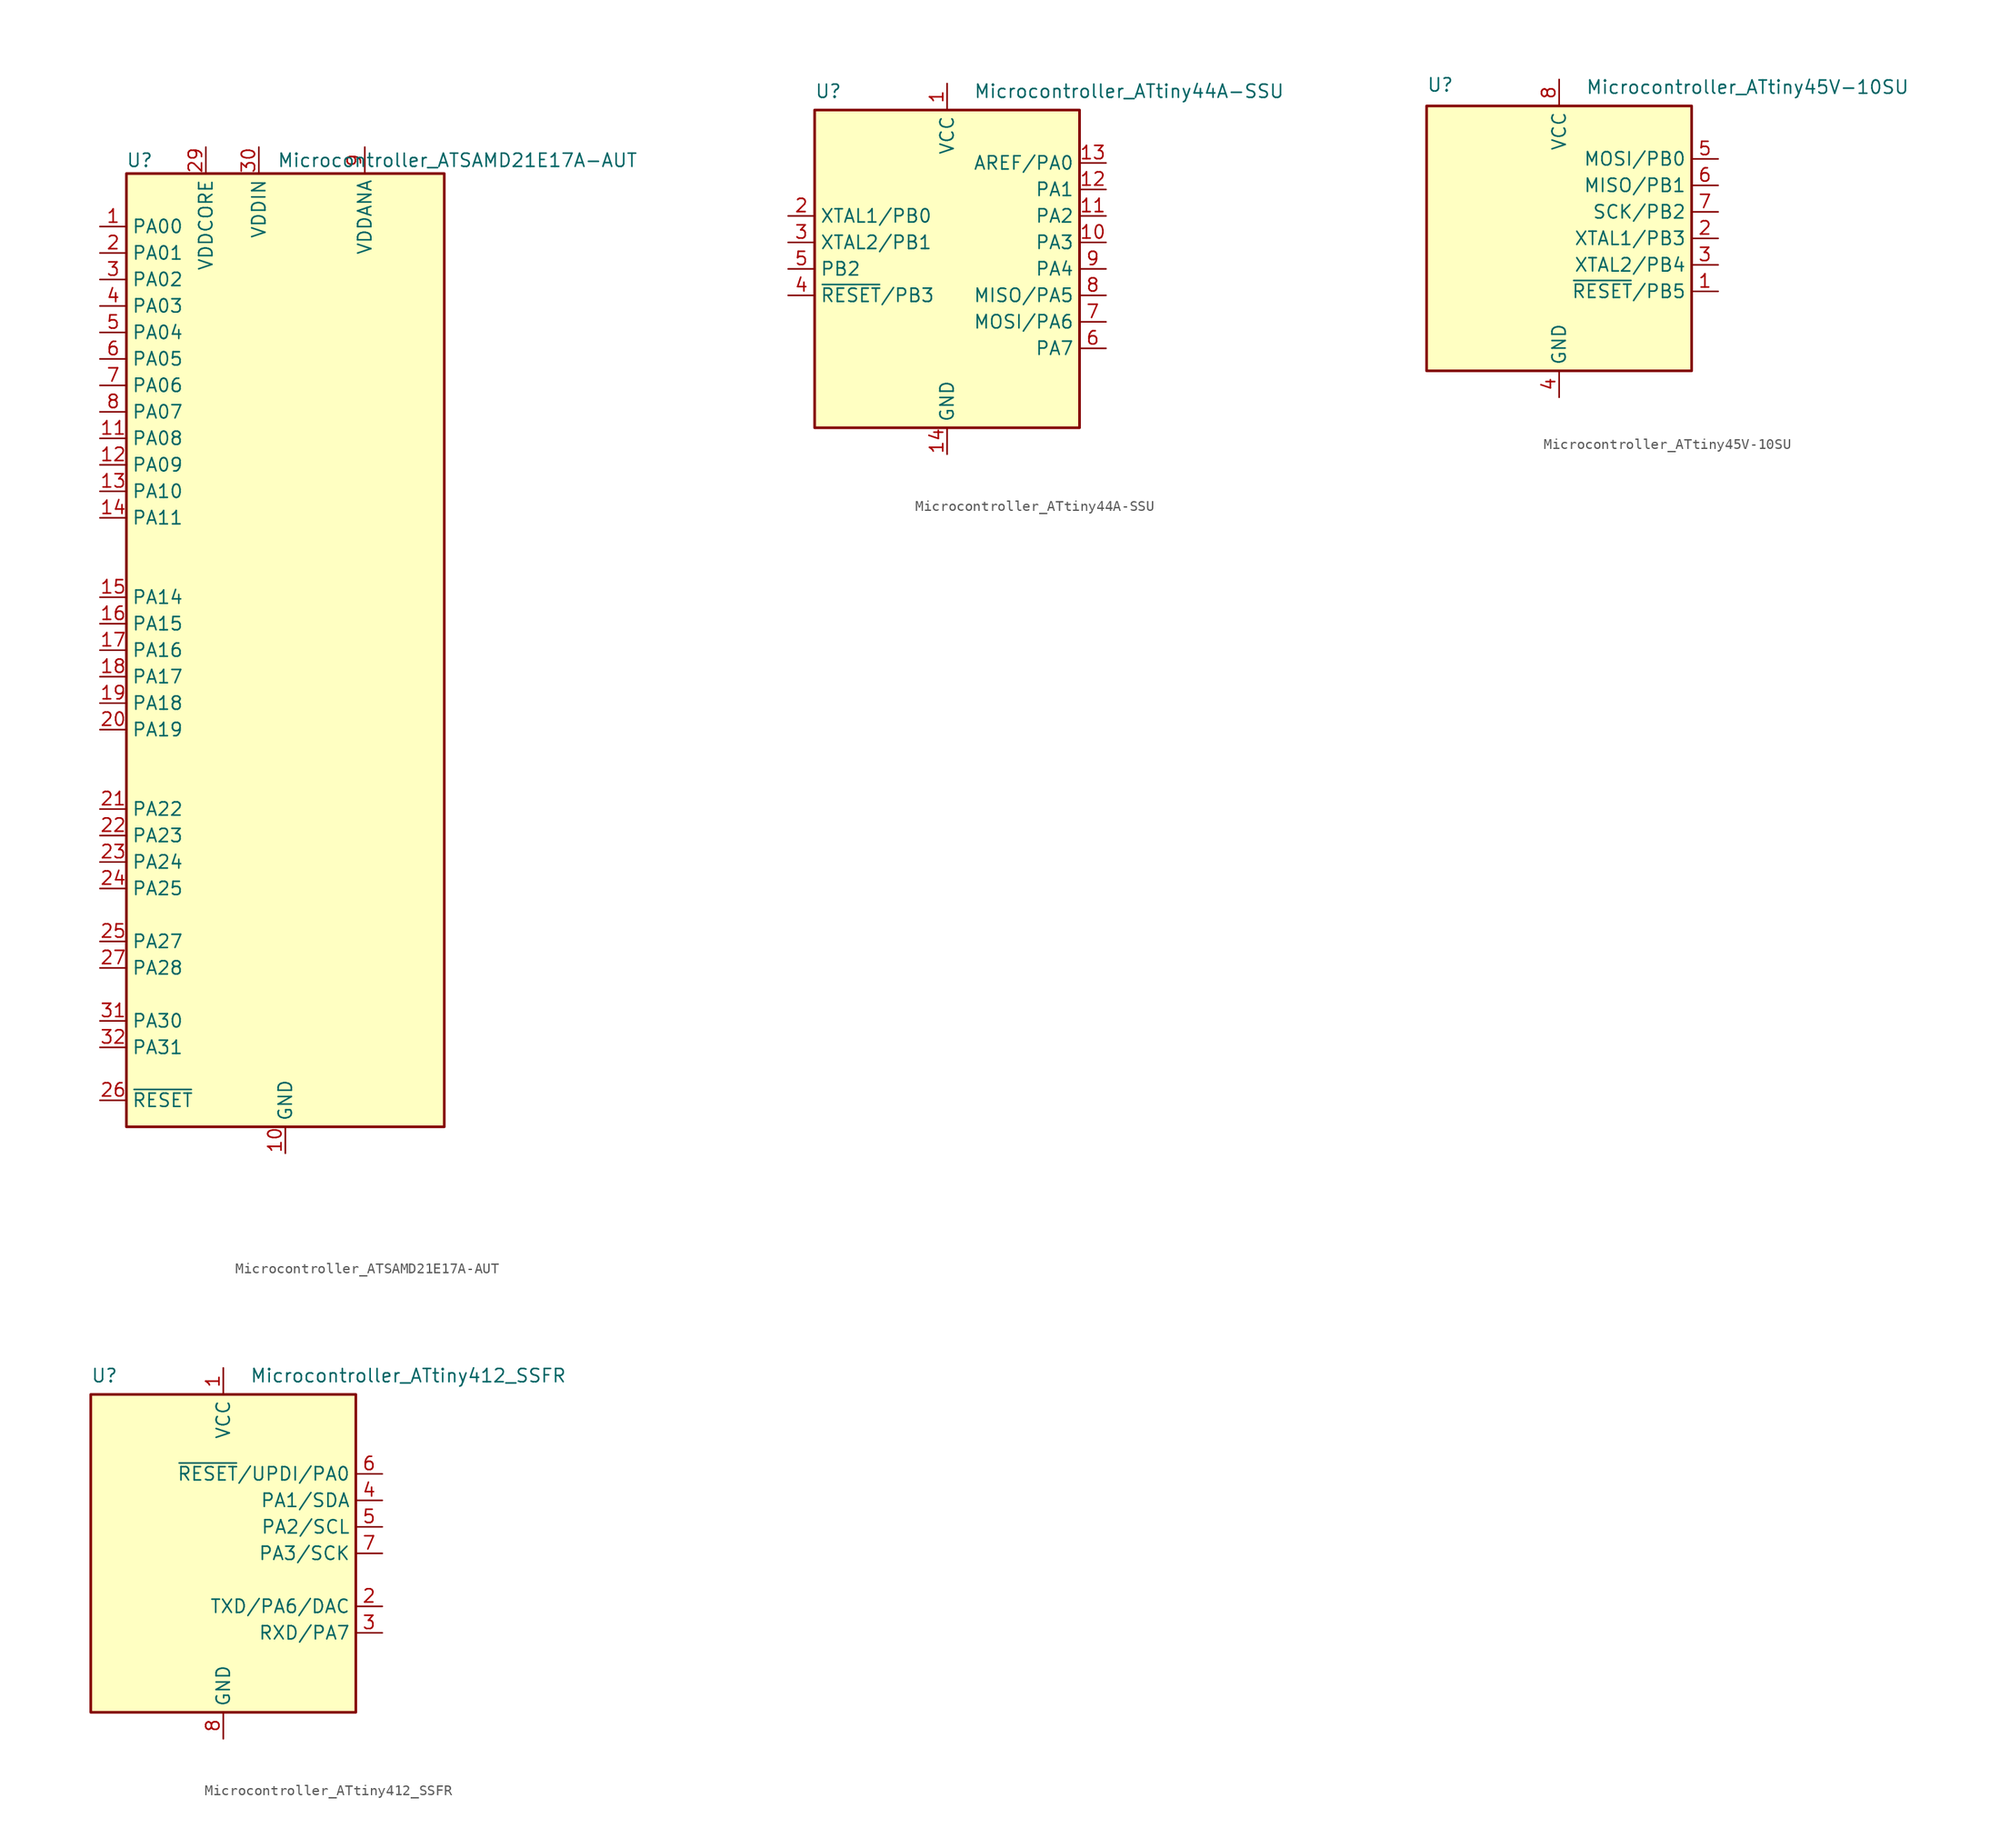
<source format=kicad_sym>
(kicad_symbol_lib
  (version 20231120)
  (generator "kicad_symbol_editor")
  (generator_version "8.0")
  (symbol "Microcontroller_ATSAMD21E17A-AUT"
    (property "Reference" "U"
      (at -13.97 46.99 0)
      (effects (font (size 1.27 1.27))))
    (property "Value" "Microcontroller_ATSAMD21E17A-AUT"
      (at 16.51 46.99 0)
      (effects (font (size 1.27 1.27))))
    (symbol "Microcontroller_ATSAMD21E17A-AUT_1_1"
      (rectangle (start -15.24 45.72) (end 15.24 -45.72) (stroke (width 0.254) (type default)) (fill (type background)))
      (pin bidirectional line (at -17.78 40.64 0) (length 2.54) (name "PA00" (effects (font (size 1.27 1.27)))) (number "1" (effects (font (size 1.27 1.27)))))
      (pin power_in line (at 0 -48.26 90) (length 2.54) (name "GND" (effects (font (size 1.27 1.27)))) (number "10" (effects (font (size 1.27 1.27)))))
      (pin bidirectional line (at -17.78 20.32 0) (length 2.54) (name "PA08" (effects (font (size 1.27 1.27)))) (number "11" (effects (font (size 1.27 1.27)))))
      (pin bidirectional line (at -17.78 17.78 0) (length 2.54) (name "PA09" (effects (font (size 1.27 1.27)))) (number "12" (effects (font (size 1.27 1.27)))))
      (pin bidirectional line (at -17.78 15.24 0) (length 2.54) (name "PA10" (effects (font (size 1.27 1.27)))) (number "13" (effects (font (size 1.27 1.27)))))
      (pin bidirectional line (at -17.78 12.7 0) (length 2.54) (name "PA11" (effects (font (size 1.27 1.27)))) (number "14" (effects (font (size 1.27 1.27)))))
      (pin bidirectional line (at -17.78 5.08 0) (length 2.54) (name "PA14" (effects (font (size 1.27 1.27)))) (number "15" (effects (font (size 1.27 1.27)))))
      (pin bidirectional line (at -17.78 2.54 0) (length 2.54) (name "PA15" (effects (font (size 1.27 1.27)))) (number "16" (effects (font (size 1.27 1.27)))))
      (pin bidirectional line (at -17.78 0 0) (length 2.54) (name "PA16" (effects (font (size 1.27 1.27)))) (number "17" (effects (font (size 1.27 1.27)))))
      (pin bidirectional line (at -17.78 -2.54 0) (length 2.54) (name "PA17" (effects (font (size 1.27 1.27)))) (number "18" (effects (font (size 1.27 1.27)))))
      (pin bidirectional line (at -17.78 -5.08 0) (length 2.54) (name "PA18" (effects (font (size 1.27 1.27)))) (number "19" (effects (font (size 1.27 1.27)))))
      (pin bidirectional line (at -17.78 38.1 0) (length 2.54) (name "PA01" (effects (font (size 1.27 1.27)))) (number "2" (effects (font (size 1.27 1.27)))))
      (pin bidirectional line (at -17.78 -7.62 0) (length 2.54) (name "PA19" (effects (font (size 1.27 1.27)))) (number "20" (effects (font (size 1.27 1.27)))))
      (pin bidirectional line (at -17.78 -15.24 0) (length 2.54) (name "PA22" (effects (font (size 1.27 1.27)))) (number "21" (effects (font (size 1.27 1.27)))))
      (pin bidirectional line (at -17.78 -17.78 0) (length 2.54) (name "PA23" (effects (font (size 1.27 1.27)))) (number "22" (effects (font (size 1.27 1.27)))))
      (pin bidirectional line (at -17.78 -20.32 0) (length 2.54) (name "PA24" (effects (font (size 1.27 1.27)))) (number "23" (effects (font (size 1.27 1.27)))))
      (pin bidirectional line (at -17.78 -22.86 0) (length 2.54) (name "PA25" (effects (font (size 1.27 1.27)))) (number "24" (effects (font (size 1.27 1.27)))))
      (pin bidirectional line (at -17.78 -27.94 0) (length 2.54) (name "PA27" (effects (font (size 1.27 1.27)))) (number "25" (effects (font (size 1.27 1.27)))))
      (pin input line (at -17.78 -43.18 0) (length 2.54) (name "~{RESET}" (effects (font (size 1.27 1.27)))) (number "26" (effects (font (size 1.27 1.27)))))
      (pin bidirectional line (at -17.78 -30.48 0) (length 2.54) (name "PA28" (effects (font (size 1.27 1.27)))) (number "27" (effects (font (size 1.27 1.27)))))
      (pin passive line (at 0 -48.26 90) (length 2.54) hide (name "GND" (effects (font (size 1.27 1.27)))) (number "28" (effects (font (size 1.27 1.27)))))
      (pin power_out line (at -7.62 48.26 270) (length 2.54) (name "VDDCORE" (effects (font (size 1.27 1.27)))) (number "29" (effects (font (size 1.27 1.27)))))
      (pin bidirectional line (at -17.78 35.56 0) (length 2.54) (name "PA02" (effects (font (size 1.27 1.27)))) (number "3" (effects (font (size 1.27 1.27)))))
      (pin power_in line (at -2.54 48.26 270) (length 2.54) (name "VDDIN" (effects (font (size 1.27 1.27)))) (number "30" (effects (font (size 1.27 1.27)))))
      (pin bidirectional line (at -17.78 -35.56 0) (length 2.54) (name "PA30" (effects (font (size 1.27 1.27)))) (number "31" (effects (font (size 1.27 1.27)))))
      (pin bidirectional line (at -17.78 -38.1 0) (length 2.54) (name "PA31" (effects (font (size 1.27 1.27)))) (number "32" (effects (font (size 1.27 1.27)))))
      (pin bidirectional line (at -17.78 33.02 0) (length 2.54) (name "PA03" (effects (font (size 1.27 1.27)))) (number "4" (effects (font (size 1.27 1.27)))))
      (pin bidirectional line (at -17.78 30.48 0) (length 2.54) (name "PA04" (effects (font (size 1.27 1.27)))) (number "5" (effects (font (size 1.27 1.27)))))
      (pin bidirectional line (at -17.78 27.94 0) (length 2.54) (name "PA05" (effects (font (size 1.27 1.27)))) (number "6" (effects (font (size 1.27 1.27)))))
      (pin bidirectional line (at -17.78 25.4 0) (length 2.54) (name "PA06" (effects (font (size 1.27 1.27)))) (number "7" (effects (font (size 1.27 1.27)))))
      (pin bidirectional line (at -17.78 22.86 0) (length 2.54) (name "PA07" (effects (font (size 1.27 1.27)))) (number "8" (effects (font (size 1.27 1.27)))))
      (pin power_in line (at 7.62 48.26 270) (length 2.54) (name "VDDANA" (effects (font (size 1.27 1.27)))) (number "9" (effects (font (size 1.27 1.27)))))))
  (symbol "Microcontroller_ATtiny44A-SSU"
    (property "Reference" "U"
      (at -12.7 17.78 0)
      (effects (font (size 1.27 1.27)) (justify left top)))
    (property "Value" "Microcontroller_ATtiny44A-SSU"
      (at 2.54 17.78 0)
      (effects (font (size 1.27 1.27)) (justify left top)))
    (symbol "Microcontroller_ATtiny44A-SSU_0_1"
      (rectangle (start -12.7 -15.24) (end 12.7 15.24) (stroke (width 0.254) (type default)) (fill (type background))))
    (symbol "Microcontroller_ATtiny44A-SSU_1_1"
      (pin power_in line (at 0 17.78 270) (length 2.54) (name "VCC" (effects (font (size 1.27 1.27)))) (number "1" (effects (font (size 1.27 1.27)))))
      (pin bidirectional line (at 15.24 2.54 180) (length 2.54) (name "PA3" (effects (font (size 1.27 1.27)))) (number "10" (effects (font (size 1.27 1.27)))))
      (pin bidirectional line (at 15.24 5.08 180) (length 2.54) (name "PA2" (effects (font (size 1.27 1.27)))) (number "11" (effects (font (size 1.27 1.27)))))
      (pin bidirectional line (at 15.24 7.62 180) (length 2.54) (name "PA1" (effects (font (size 1.27 1.27)))) (number "12" (effects (font (size 1.27 1.27)))))
      (pin bidirectional line (at 15.24 10.16 180) (length 2.54) (name "AREF/PA0" (effects (font (size 1.27 1.27)))) (number "13" (effects (font (size 1.27 1.27)))))
      (pin power_in line (at 0 -17.78 90) (length 2.54) (name "GND" (effects (font (size 1.27 1.27)))) (number "14" (effects (font (size 1.27 1.27)))))
      (pin bidirectional line (at -15.24 5.08 0) (length 2.54) (name "XTAL1/PB0" (effects (font (size 1.27 1.27)))) (number "2" (effects (font (size 1.27 1.27)))))
      (pin bidirectional line (at -15.24 2.54 0) (length 2.54) (name "XTAL2/PB1" (effects (font (size 1.27 1.27)))) (number "3" (effects (font (size 1.27 1.27)))))
      (pin bidirectional line (at -15.24 -2.54 0) (length 2.54) (name "~{RESET}/PB3" (effects (font (size 1.27 1.27)))) (number "4" (effects (font (size 1.27 1.27)))))
      (pin bidirectional line (at -15.24 0 0) (length 2.54) (name "PB2" (effects (font (size 1.27 1.27)))) (number "5" (effects (font (size 1.27 1.27)))))
      (pin bidirectional line (at 15.24 -7.62 180) (length 2.54) (name "PA7" (effects (font (size 1.27 1.27)))) (number "6" (effects (font (size 1.27 1.27)))))
      (pin bidirectional line (at 15.24 -5.08 180) (length 2.54) (name "MOSI/PA6" (effects (font (size 1.27 1.27)))) (number "7" (effects (font (size 1.27 1.27)))))
      (pin bidirectional line (at 15.24 -2.54 180) (length 2.54) (name "MISO/PA5" (effects (font (size 1.27 1.27)))) (number "8" (effects (font (size 1.27 1.27)))))
      (pin bidirectional line (at 15.24 0 180) (length 2.54) (name "PA4" (effects (font (size 1.27 1.27)))) (number "9" (effects (font (size 1.27 1.27)))))))
  (symbol "Microcontroller_ATtiny45V-10SU"
    (property "Reference" "U"
      (at -12.7 13.97 0)
      (effects (font (size 1.27 1.27)) (justify left bottom)))
    (property "Value" "Microcontroller_ATtiny45V-10SU"
      (at 2.54 15.24 0)
      (effects (font (size 1.27 1.27)) (justify left top)))
    (symbol "Microcontroller_ATtiny45V-10SU_0_1"
      (rectangle (start -12.7 -12.7) (end 12.7 12.7) (stroke (width 0.254) (type default)) (fill (type background))))
    (symbol "Microcontroller_ATtiny45V-10SU_1_1"
      (pin bidirectional line (at 15.24 -5.08 180) (length 2.54) (name "~{RESET}/PB5" (effects (font (size 1.27 1.27)))) (number "1" (effects (font (size 1.27 1.27)))))
      (pin bidirectional line (at 15.24 0 180) (length 2.54) (name "XTAL1/PB3" (effects (font (size 1.27 1.27)))) (number "2" (effects (font (size 1.27 1.27)))))
      (pin bidirectional line (at 15.24 -2.54 180) (length 2.54) (name "XTAL2/PB4" (effects (font (size 1.27 1.27)))) (number "3" (effects (font (size 1.27 1.27)))))
      (pin power_in line (at 0 -15.24 90) (length 2.54) (name "GND" (effects (font (size 1.27 1.27)))) (number "4" (effects (font (size 1.27 1.27)))))
      (pin bidirectional line (at 15.24 7.62 180) (length 2.54) (name "MOSI/PB0" (effects (font (size 1.27 1.27)))) (number "5" (effects (font (size 1.27 1.27)))))
      (pin bidirectional line (at 15.24 5.08 180) (length 2.54) (name "MISO/PB1" (effects (font (size 1.27 1.27)))) (number "6" (effects (font (size 1.27 1.27)))))
      (pin bidirectional line (at 15.24 2.54 180) (length 2.54) (name "SCK/PB2" (effects (font (size 1.27 1.27)))) (number "7" (effects (font (size 1.27 1.27)))))
      (pin power_in line (at 0 15.24 270) (length 2.54) (name "VCC" (effects (font (size 1.27 1.27)))) (number "8" (effects (font (size 1.27 1.27)))))))
  (symbol "Microcontroller_ATtiny412_SSFR"
    (property "Reference" "U"
      (at -12.7 17.78 0)
      (effects (font (size 1.27 1.27)) (justify left top)))
    (property "Value" "Microcontroller_ATtiny412_SSFR"
      (at 2.54 17.78 0)
      (effects (font (size 1.27 1.27)) (justify left top)))
    (symbol "Microcontroller_ATtiny412_SSFR_0_1"
      (rectangle (start -12.7 -15.24) (end 12.7 15.24) (stroke (width 0.254) (type default)) (fill (type background))))
    (symbol "Microcontroller_ATtiny412_SSFR_1_1"
      (pin power_in line (at 0 17.78 270) (length 2.54) (name "VCC" (effects (font (size 1.27 1.27)))) (number "1" (effects (font (size 1.27 1.27)))))
      (pin bidirectional line (at 15.24 -5.08 180) (length 2.54) (name "TXD/PA6/DAC" (effects (font (size 1.27 1.27)))) (number "2" (effects (font (size 1.27 1.27)))))
      (pin bidirectional line (at 15.24 -7.62 180) (length 2.54) (name "RXD/PA7" (effects (font (size 1.27 1.27)))) (number "3" (effects (font (size 1.27 1.27)))))
      (pin bidirectional line (at 15.24 5.08 180) (length 2.54) (name "PA1/SDA" (effects (font (size 1.27 1.27)))) (number "4" (effects (font (size 1.27 1.27)))))
      (pin bidirectional line (at 15.24 2.54 180) (length 2.54) (name "PA2/SCL" (effects (font (size 1.27 1.27)))) (number "5" (effects (font (size 1.27 1.27)))))
      (pin bidirectional line (at 15.24 7.62 180) (length 2.54) (name "~{RESET}/UPDI/PA0" (effects (font (size 1.27 1.27)))) (number "6" (effects (font (size 1.27 1.27)))))
      (pin bidirectional line (at 15.24 0 180) (length 2.54) (name "PA3/SCK" (effects (font (size 1.27 1.27)))) (number "7" (effects (font (size 1.27 1.27)))))
      (pin power_in line (at 0 -17.78 90) (length 2.54) (name "GND" (effects (font (size 1.27 1.27)))) (number "8" (effects (font (size 1.27 1.27))))))))
</source>
